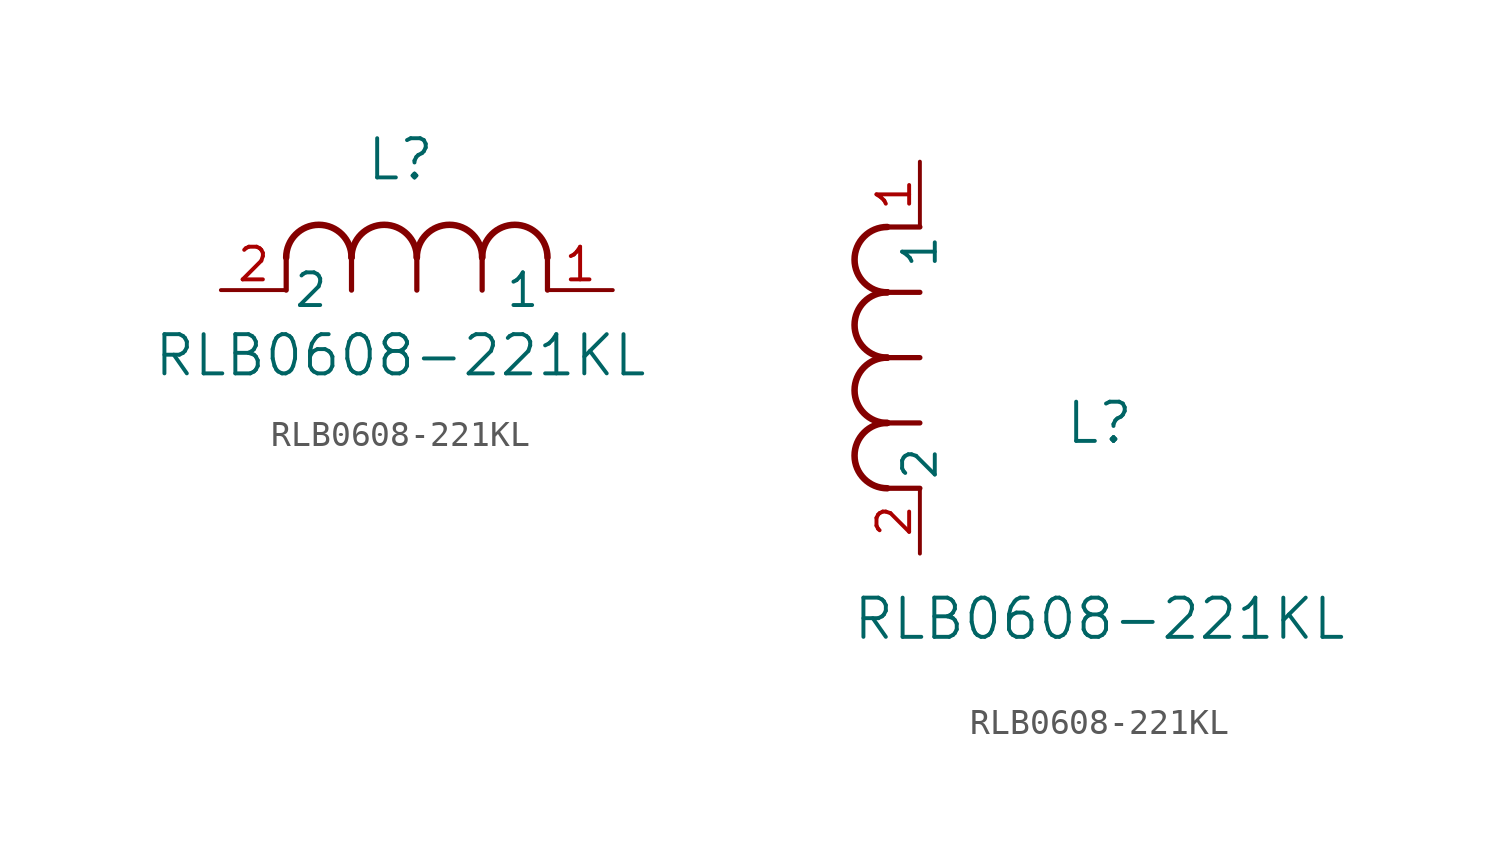
<source format=kicad_sym>
(kicad_symbol_lib
  (version 20211014)
  (generator kicad_symbol_editor)
  (symbol "RLB0608-221KL"
    (pin_names
      (offset 0.254))
    (property "Reference" "L"
      (at 6.985 5.08 0)
      (effects (font (size 1.524 1.524))))
    (property "Value" "RLB0608-221KL"
      (at 6.985 -2.54 0)
      (effects (font (size 1.524 1.524))))
    (symbol "RLB0608-221KL_1_1"
      (arc (start 7.62 1.27) (mid 6.35 2.54) (end 5.08 1.27) (stroke (width 0.254) (type default) (color 0 0 0 0)) (fill (type none)))
      (polyline (pts (xy 5.08 0) (xy 5.08 1.27)) (stroke (width 0.203) (type default) (color 0 0 0 0)) (fill (type none)))
      (polyline (pts (xy 7.62 0) (xy 7.62 1.27)) (stroke (width 0.203) (type default) (color 0 0 0 0)) (fill (type none)))
      (polyline (pts (xy 12.7 0) (xy 12.7 1.27)) (stroke (width 0.203) (type default) (color 0 0 0 0)) (fill (type none)))
      (arc (start 5.08 1.27) (mid 3.81 2.54) (end 2.54 1.27) (stroke (width 0.254) (type default) (color 0 0 0 0)) (fill (type none)))
      (arc (start 10.16 1.27) (mid 8.89 2.54) (end 7.62 1.27) (stroke (width 0.254) (type default) (color 0 0 0 0)) (fill (type none)))
      (arc (start 12.7 1.27) (mid 11.43 2.54) (end 10.16 1.27) (stroke (width 0.254) (type default) (color 0 0 0 0)) (fill (type none)))
      (polyline (pts (xy 2.54 0) (xy 2.54 1.27)) (stroke (width 0.203) (type default) (color 0 0 0 0)) (fill (type none)))
      (polyline (pts (xy 10.16 0) (xy 10.16 1.27)) (stroke (width 0.203) (type default) (color 0 0 0 0)) (fill (type none)))
      (pin unspecified line (at 0 0 0) (length 2.54) (name "2" (effects (font (size 1.27 1.27)))) (number "2" (effects (font (size 1.27 1.27)))))
      (pin unspecified line (at 15.24 0 180) (length 2.54) (name "1" (effects (font (size 1.27 1.27)))) (number "1" (effects (font (size 1.27 1.27))))))
    (symbol "RLB0608-221KL_1_2"
      (arc (start -1.27 7.62) (mid -2.54 6.35) (end -1.27 5.08) (stroke (width 0.254) (type default) (color 0 0 0 0)) (fill (type none)))
      (arc (start -1.27 5.08) (mid -2.54 3.81) (end -1.27 2.54) (stroke (width 0.254) (type default) (color 0 0 0 0)) (fill (type none)))
      (arc (start -1.27 12.7) (mid -2.54 11.43) (end -1.27 10.16) (stroke (width 0.254) (type default) (color 0 0 0 0)) (fill (type none)))
      (arc (start -1.27 10.16) (mid -2.54 8.89) (end -1.27 7.62) (stroke (width 0.254) (type default) (color 0 0 0 0)) (fill (type none)))
      (polyline (pts (xy 0 7.62) (xy -1.27 7.62)) (stroke (width 0.203) (type default) (color 0 0 0 0)) (fill (type none)))
      (polyline (pts (xy 0 5.08) (xy -1.27 5.08)) (stroke (width 0.203) (type default) (color 0 0 0 0)) (fill (type none)))
      (polyline (pts (xy 0 12.7) (xy -1.27 12.7)) (stroke (width 0.203) (type default) (color 0 0 0 0)) (fill (type none)))
      (polyline (pts (xy 0 2.54) (xy -1.27 2.54)) (stroke (width 0.203) (type default) (color 0 0 0 0)) (fill (type none)))
      (polyline (pts (xy 0 10.16) (xy -1.27 10.16)) (stroke (width 0.203) (type default) (color 0 0 0 0)) (fill (type none)))
      (pin unspecified line (at 0 0 90) (length 2.54) (name "2" (effects (font (size 1.27 1.27)))) (number "2" (effects (font (size 1.27 1.27)))))
      (pin unspecified line (at 0 15.24 270) (length 2.54) (name "1" (effects (font (size 1.27 1.27)))) (number "1" (effects (font (size 1.27 1.27))))))))
</source>
